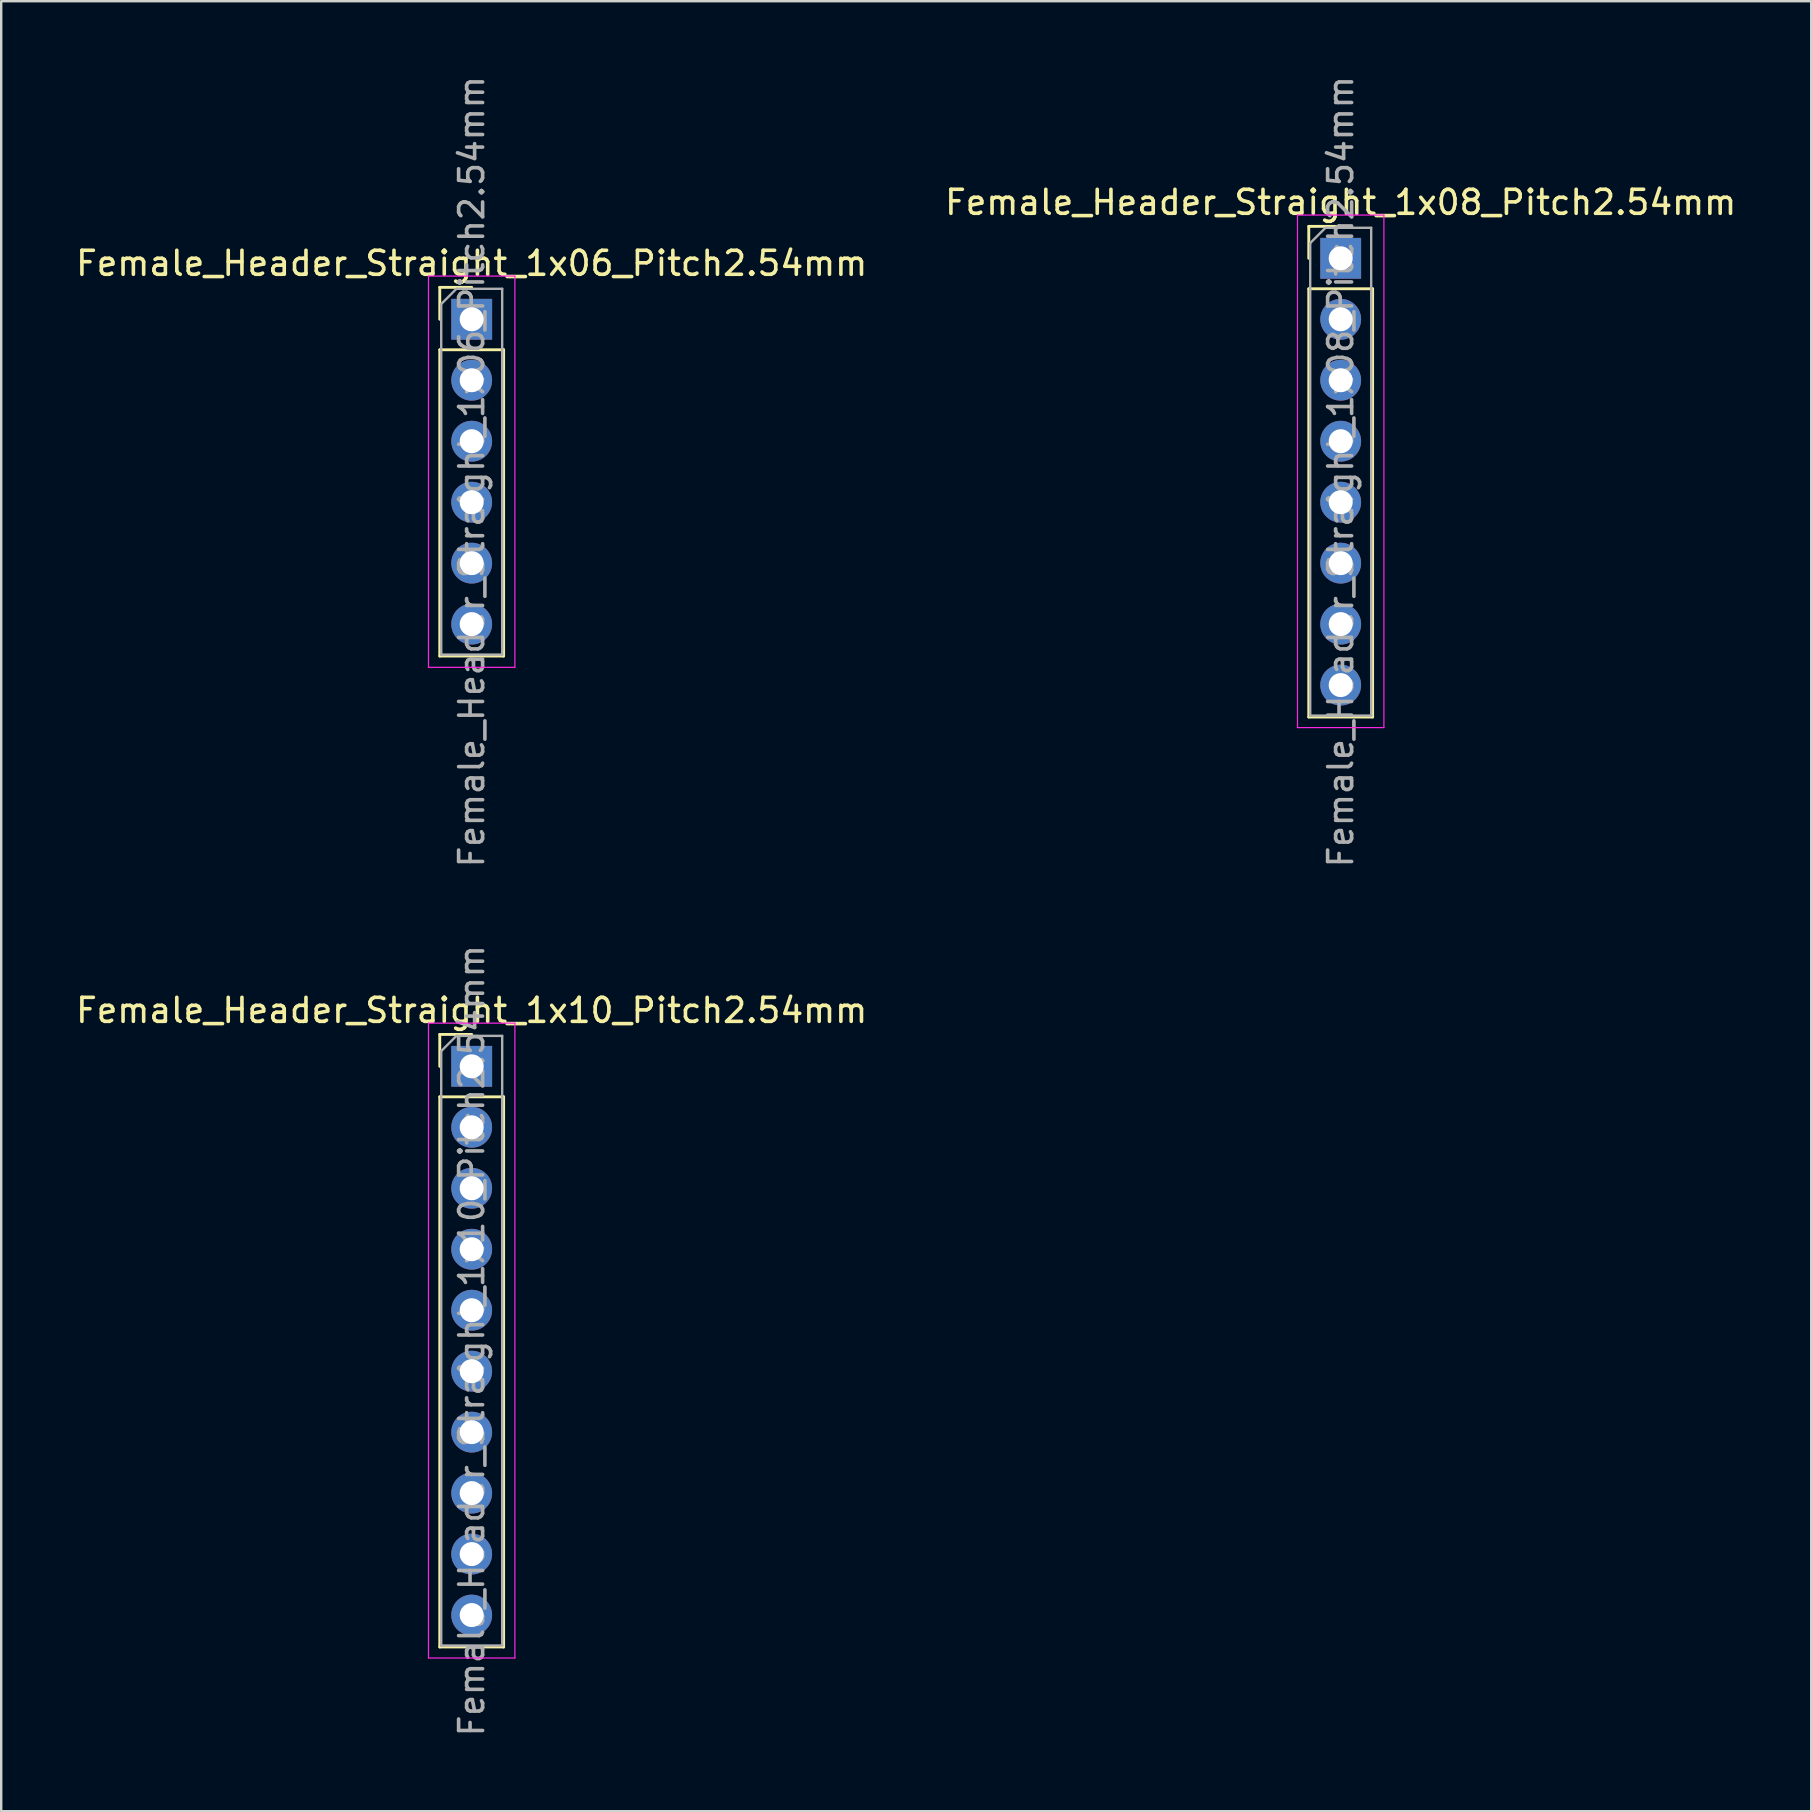
<source format=kicad_pcb>
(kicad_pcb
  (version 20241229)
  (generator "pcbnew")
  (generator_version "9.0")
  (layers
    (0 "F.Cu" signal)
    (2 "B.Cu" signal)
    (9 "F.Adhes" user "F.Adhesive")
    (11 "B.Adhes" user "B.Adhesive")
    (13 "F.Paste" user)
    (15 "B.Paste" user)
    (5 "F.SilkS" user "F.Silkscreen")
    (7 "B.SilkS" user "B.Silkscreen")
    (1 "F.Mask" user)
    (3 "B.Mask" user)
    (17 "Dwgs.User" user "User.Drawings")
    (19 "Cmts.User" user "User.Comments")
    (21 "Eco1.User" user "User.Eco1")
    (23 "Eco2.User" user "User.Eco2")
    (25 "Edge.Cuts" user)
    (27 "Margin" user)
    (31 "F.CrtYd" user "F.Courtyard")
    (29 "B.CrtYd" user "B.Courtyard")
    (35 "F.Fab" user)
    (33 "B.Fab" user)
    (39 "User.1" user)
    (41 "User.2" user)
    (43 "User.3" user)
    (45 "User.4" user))
  (footprint "Female_Header_Straight_1x10_Pitch2.54mm"
    (layer "F.Cu")
    (at 16.601 41.374)
    (property "Reference" "Female_Header_Straight_1x10_Pitch2.54mm" (at 0 -2.33 0) (layer "F.SilkS") (effects (font (size 1 1) (thickness 0.15))))
    (attr through_hole)
    (fp_line (start -1.33 -1.33) (end 0 -1.33) (stroke (width 0.12) (type solid)) (layer "F.SilkS"))
    (fp_line (start -1.33 0) (end -1.33 -1.33) (stroke (width 0.12) (type solid)) (layer "F.SilkS"))
    (fp_line (start -1.33 1.27) (end -1.33 24.19) (stroke (width 0.12) (type solid)) (layer "F.SilkS"))
    (fp_line (start -1.33 1.27) (end 1.33 1.27) (stroke (width 0.12) (type solid)) (layer "F.SilkS"))
    (fp_line (start -1.33 24.19) (end 1.33 24.19) (stroke (width 0.12) (type solid)) (layer "F.SilkS"))
    (fp_line (start 1.33 1.27) (end 1.33 24.19) (stroke (width 0.12) (type solid)) (layer "F.SilkS"))
    (fp_line (start -1.8 -1.8) (end -1.8 24.65) (stroke (width 0.05) (type solid)) (layer "F.CrtYd"))
    (fp_line (start -1.8 24.65) (end 1.8 24.65) (stroke (width 0.05) (type solid)) (layer "F.CrtYd"))
    (fp_line (start 1.8 -1.8) (end -1.8 -1.8) (stroke (width 0.05) (type solid)) (layer "F.CrtYd"))
    (fp_line (start 1.8 24.65) (end 1.8 -1.8) (stroke (width 0.05) (type solid)) (layer "F.CrtYd"))
    (fp_line (start -1.27 -0.635) (end -0.635 -1.27) (stroke (width 0.1) (type solid)) (layer "F.Fab"))
    (fp_line (start -1.27 24.13) (end -1.27 -0.635) (stroke (width 0.1) (type solid)) (layer "F.Fab"))
    (fp_line (start -0.635 -1.27) (end 1.27 -1.27) (stroke (width 0.1) (type solid)) (layer "F.Fab"))
    (fp_line (start 1.27 -1.27) (end 1.27 24.13) (stroke (width 0.1) (type solid)) (layer "F.Fab"))
    (fp_line (start 1.27 24.13) (end -1.27 24.13) (stroke (width 0.1) (type solid)) (layer "F.Fab"))
    (fp_text user "${REFERENCE}" (at 0 11.43 90) (layer "F.Fab") (effects (font (size 1 1) (thickness 0.15))))
    (pad "1" thru_hole rect (at 0 0) (size 1.7 1.7) (drill 1) (layers "*.Cu" "*.Mask"))
    (pad "2" thru_hole oval (at 0 2.54) (size 1.7 1.7) (drill 1) (layers "*.Cu" "*.Mask"))
    (pad "3" thru_hole oval (at 0 5.08) (size 1.7 1.7) (drill 1) (layers "*.Cu" "*.Mask"))
    (pad "4" thru_hole oval (at 0 7.62) (size 1.7 1.7) (drill 1) (layers "*.Cu" "*.Mask"))
    (pad "5" thru_hole oval (at 0 10.16) (size 1.7 1.7) (drill 1) (layers "*.Cu" "*.Mask"))
    (pad "6" thru_hole oval (at 0 12.7) (size 1.7 1.7) (drill 1) (layers "*.Cu" "*.Mask"))
    (pad "7" thru_hole oval (at 0 15.24) (size 1.7 1.7) (drill 1) (layers "*.Cu" "*.Mask"))
    (pad "8" thru_hole oval (at 0 17.78) (size 1.7 1.7) (drill 1) (layers "*.Cu" "*.Mask"))
    (pad "9" thru_hole oval (at 0 20.32) (size 1.7 1.7) (drill 1) (layers "*.Cu" "*.Mask"))
    (pad "10" thru_hole oval (at 0 22.86) (size 1.7 1.7) (drill 1) (layers "*.Cu" "*.Mask")))
  (footprint "Female_Header_Straight_1x06_Pitch2.54mm"
    (layer "F.Cu")
    (at 16.601 10.251)
    (property "Reference" "Female_Header_Straight_1x06_Pitch2.54mm" (at 0 -2.33 0) (layer "F.SilkS") (effects (font (size 1 1) (thickness 0.15))))
    (attr through_hole)
    (fp_line (start -1.33 -1.33) (end 0 -1.33) (stroke (width 0.12) (type solid)) (layer "F.SilkS"))
    (fp_line (start -1.33 0) (end -1.33 -1.33) (stroke (width 0.12) (type solid)) (layer "F.SilkS"))
    (fp_line (start -1.33 1.27) (end -1.33 14.03) (stroke (width 0.12) (type solid)) (layer "F.SilkS"))
    (fp_line (start -1.33 1.27) (end 1.33 1.27) (stroke (width 0.12) (type solid)) (layer "F.SilkS"))
    (fp_line (start -1.33 14.03) (end 1.33 14.03) (stroke (width 0.12) (type solid)) (layer "F.SilkS"))
    (fp_line (start 1.33 1.27) (end 1.33 14.03) (stroke (width 0.12) (type solid)) (layer "F.SilkS"))
    (fp_line (start -1.8 -1.8) (end -1.8 14.5) (stroke (width 0.05) (type solid)) (layer "F.CrtYd"))
    (fp_line (start -1.8 14.5) (end 1.8 14.5) (stroke (width 0.05) (type solid)) (layer "F.CrtYd"))
    (fp_line (start 1.8 -1.8) (end -1.8 -1.8) (stroke (width 0.05) (type solid)) (layer "F.CrtYd"))
    (fp_line (start 1.8 14.5) (end 1.8 -1.8) (stroke (width 0.05) (type solid)) (layer "F.CrtYd"))
    (fp_line (start -1.27 -0.635) (end -0.635 -1.27) (stroke (width 0.1) (type solid)) (layer "F.Fab"))
    (fp_line (start -1.27 13.97) (end -1.27 -0.635) (stroke (width 0.1) (type solid)) (layer "F.Fab"))
    (fp_line (start -0.635 -1.27) (end 1.27 -1.27) (stroke (width 0.1) (type solid)) (layer "F.Fab"))
    (fp_line (start 1.27 -1.27) (end 1.27 13.97) (stroke (width 0.1) (type solid)) (layer "F.Fab"))
    (fp_line (start 1.27 13.97) (end -1.27 13.97) (stroke (width 0.1) (type solid)) (layer "F.Fab"))
    (fp_text user "${REFERENCE}" (at 0 6.35 90) (layer "F.Fab") (effects (font (size 1 1) (thickness 0.15))))
    (pad "1" thru_hole rect (at 0 0) (size 1.7 1.7) (drill 1) (layers "*.Cu" "*.Mask"))
    (pad "2" thru_hole oval (at 0 2.54) (size 1.7 1.7) (drill 1) (layers "*.Cu" "*.Mask"))
    (pad "3" thru_hole oval (at 0 5.08) (size 1.7 1.7) (drill 1) (layers "*.Cu" "*.Mask"))
    (pad "4" thru_hole oval (at 0 7.62) (size 1.7 1.7) (drill 1) (layers "*.Cu" "*.Mask"))
    (pad "5" thru_hole oval (at 0 10.16) (size 1.7 1.7) (drill 1) (layers "*.Cu" "*.Mask"))
    (pad "6" thru_hole oval (at 0 12.7) (size 1.7 1.7) (drill 1) (layers "*.Cu" "*.Mask")))
  (footprint "Female_Header_Straight_1x08_Pitch2.54mm"
    (layer "F.Cu")
    (at 52.804 7.711)
    (property "Reference" "Female_Header_Straight_1x08_Pitch2.54mm" (at 0 -2.33 0) (layer "F.SilkS") (effects (font (size 1 1) (thickness 0.15))))
    (attr through_hole)
    (fp_line (start -1.33 -1.33) (end 0 -1.33) (stroke (width 0.12) (type solid)) (layer "F.SilkS"))
    (fp_line (start -1.33 0) (end -1.33 -1.33) (stroke (width 0.12) (type solid)) (layer "F.SilkS"))
    (fp_line (start -1.33 1.27) (end -1.33 19.11) (stroke (width 0.12) (type solid)) (layer "F.SilkS"))
    (fp_line (start -1.33 1.27) (end 1.33 1.27) (stroke (width 0.12) (type solid)) (layer "F.SilkS"))
    (fp_line (start -1.33 19.11) (end 1.33 19.11) (stroke (width 0.12) (type solid)) (layer "F.SilkS"))
    (fp_line (start 1.33 1.27) (end 1.33 19.11) (stroke (width 0.12) (type solid)) (layer "F.SilkS"))
    (fp_line (start -1.8 -1.8) (end -1.8 19.55) (stroke (width 0.05) (type solid)) (layer "F.CrtYd"))
    (fp_line (start -1.8 19.55) (end 1.8 19.55) (stroke (width 0.05) (type solid)) (layer "F.CrtYd"))
    (fp_line (start 1.8 -1.8) (end -1.8 -1.8) (stroke (width 0.05) (type solid)) (layer "F.CrtYd"))
    (fp_line (start 1.8 19.55) (end 1.8 -1.8) (stroke (width 0.05) (type solid)) (layer "F.CrtYd"))
    (fp_line (start -1.27 -0.635) (end -0.635 -1.27) (stroke (width 0.1) (type solid)) (layer "F.Fab"))
    (fp_line (start -1.27 19.05) (end -1.27 -0.635) (stroke (width 0.1) (type solid)) (layer "F.Fab"))
    (fp_line (start -0.635 -1.27) (end 1.27 -1.27) (stroke (width 0.1) (type solid)) (layer "F.Fab"))
    (fp_line (start 1.27 -1.27) (end 1.27 19.05) (stroke (width 0.1) (type solid)) (layer "F.Fab"))
    (fp_line (start 1.27 19.05) (end -1.27 19.05) (stroke (width 0.1) (type solid)) (layer "F.Fab"))
    (fp_text user "${REFERENCE}" (at 0 8.89 90) (layer "F.Fab") (effects (font (size 1 1) (thickness 0.15))))
    (pad "1" thru_hole rect (at 0 0) (size 1.7 1.7) (drill 1) (layers "*.Cu" "*.Mask"))
    (pad "2" thru_hole oval (at 0 2.54) (size 1.7 1.7) (drill 1) (layers "*.Cu" "*.Mask"))
    (pad "3" thru_hole oval (at 0 5.08) (size 1.7 1.7) (drill 1) (layers "*.Cu" "*.Mask"))
    (pad "4" thru_hole oval (at 0 7.62) (size 1.7 1.7) (drill 1) (layers "*.Cu" "*.Mask"))
    (pad "5" thru_hole oval (at 0 10.16) (size 1.7 1.7) (drill 1) (layers "*.Cu" "*.Mask"))
    (pad "6" thru_hole oval (at 0 12.7) (size 1.7 1.7) (drill 1) (layers "*.Cu" "*.Mask"))
    (pad "7" thru_hole oval (at 0 15.24) (size 1.7 1.7) (drill 1) (layers "*.Cu" "*.Mask"))
    (pad "8" thru_hole oval (at 0 17.78) (size 1.7 1.7) (drill 1) (layers "*.Cu" "*.Mask")))
  (gr_rect
    (start -3 -3)
    (end 72.405 72.405)
    (stroke (width 0.1) (type default))
    (fill no)
    (layer "Edge.Cuts")))
</source>
